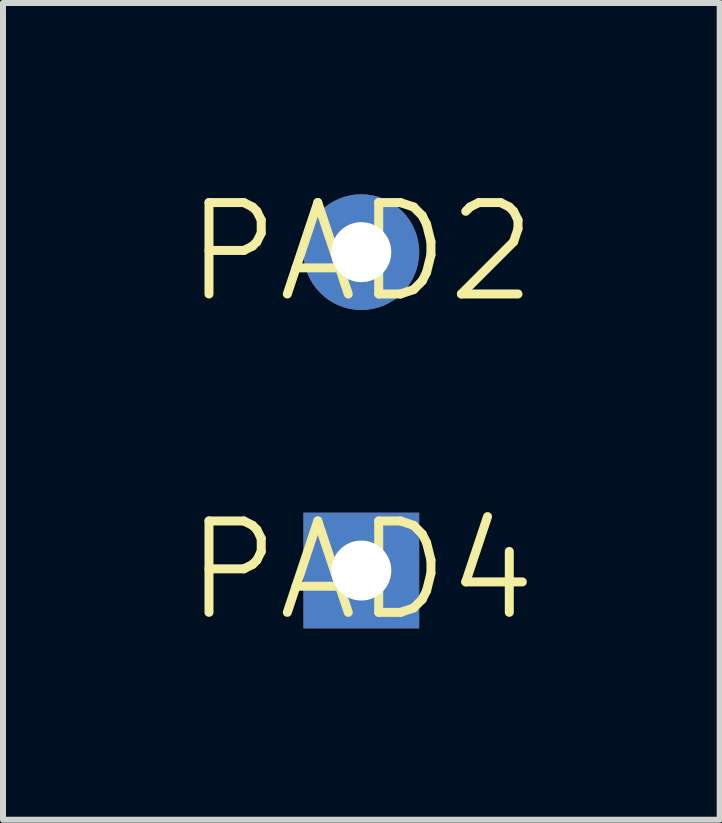
<source format=kicad_pcb>
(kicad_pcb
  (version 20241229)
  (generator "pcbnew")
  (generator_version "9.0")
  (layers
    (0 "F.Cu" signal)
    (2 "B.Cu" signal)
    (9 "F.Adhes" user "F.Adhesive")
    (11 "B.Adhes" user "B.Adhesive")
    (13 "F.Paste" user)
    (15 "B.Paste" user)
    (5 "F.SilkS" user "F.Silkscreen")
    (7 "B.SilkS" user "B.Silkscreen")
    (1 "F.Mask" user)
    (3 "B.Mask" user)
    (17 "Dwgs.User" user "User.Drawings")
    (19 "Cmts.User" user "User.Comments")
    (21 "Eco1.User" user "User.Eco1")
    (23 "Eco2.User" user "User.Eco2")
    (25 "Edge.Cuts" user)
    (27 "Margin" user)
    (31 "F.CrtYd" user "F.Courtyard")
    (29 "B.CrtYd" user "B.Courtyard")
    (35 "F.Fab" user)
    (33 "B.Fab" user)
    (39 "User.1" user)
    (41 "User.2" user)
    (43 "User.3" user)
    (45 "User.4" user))
  (footprint "PAD2"
    (layer "F.Cu")
    (at 2.975 1.155)
    (property "Reference" "PAD2" (at 0 0 0) (layer "F.SilkS") (effects (font (size 1.524 1.524) (thickness 0.15))))
    (attr through_hole)
    (pad "P$1" thru_hole oval (at 0 0) (size 1.93 1.93) (drill 1) (layers "*.Cu" "*.Mask")))
  (footprint "PAD4"
    (layer "F.Cu")
    (at 2.975 6.464)
    (property "Reference" "PAD4" (at 0 0 0) (layer "F.SilkS") (effects (font (size 1.524 1.524) (thickness 0.15))))
    (attr through_hole)
    (pad "P$1" thru_hole rect (at 0 0) (size 1.93 1.93) (drill 1) (layers "*.Cu" "*.Mask")))
  (gr_rect
    (start -3 -3)
    (end 8.951 10.619)
    (stroke (width 0.1) (type default))
    (fill no)
    (layer "Edge.Cuts")))
</source>
